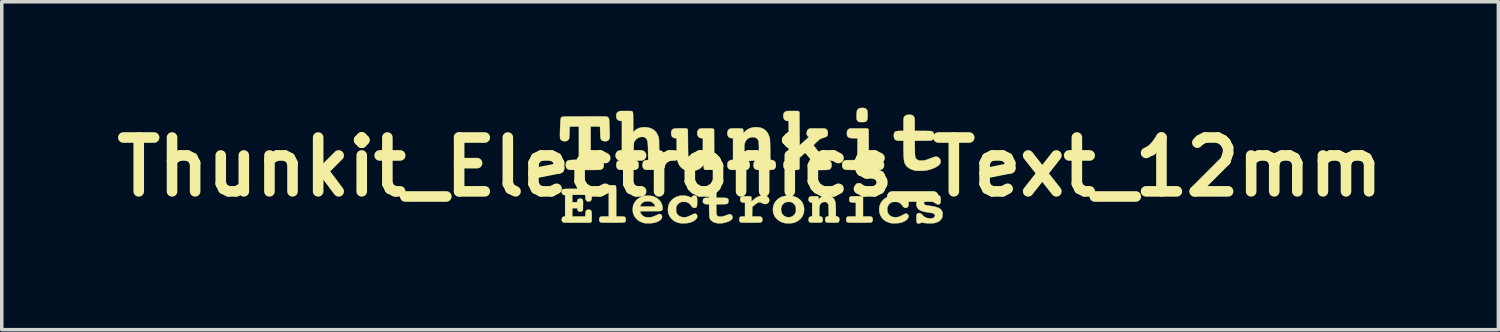
<source format=kicad_pcb>
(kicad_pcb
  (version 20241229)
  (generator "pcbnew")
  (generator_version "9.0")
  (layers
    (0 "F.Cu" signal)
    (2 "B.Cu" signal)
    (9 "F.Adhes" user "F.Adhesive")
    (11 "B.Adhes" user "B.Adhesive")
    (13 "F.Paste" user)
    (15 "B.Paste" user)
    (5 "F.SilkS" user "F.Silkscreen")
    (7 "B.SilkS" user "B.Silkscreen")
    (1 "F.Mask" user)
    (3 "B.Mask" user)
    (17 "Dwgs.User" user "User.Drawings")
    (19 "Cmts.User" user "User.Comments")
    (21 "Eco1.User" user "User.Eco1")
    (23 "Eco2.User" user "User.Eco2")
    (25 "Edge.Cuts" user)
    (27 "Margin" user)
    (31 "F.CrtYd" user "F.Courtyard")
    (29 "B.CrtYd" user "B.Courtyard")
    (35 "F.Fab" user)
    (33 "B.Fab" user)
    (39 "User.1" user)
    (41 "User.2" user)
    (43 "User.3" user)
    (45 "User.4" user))
  (footprint "Thunkit_Electronics_Text_12mm"
    (layer "F.Cu")
    (at 18.186 1.678)
    (property "Reference" "Thunkit_Electronics_Text_12mm" (at 0 0 0) (layer "F.SilkS") (effects (font (size 1.524 1.524) (thickness 0.3))))
    (attr through_hole)
    (fp_poly (pts (xy 3.091 0.464) (xy 3.117 0.465) (xy 3.134 0.469) (xy 3.147 0.475) (xy 3.157 0.484) (xy 3.164 0.491) (xy 3.169 0.499) (xy 3.172 0.508) (xy 3.174 0.523) (xy 3.175 0.544) (xy 3.175 0.575) (xy 3.175 0.593) (xy 3.175 0.629) (xy 3.174 0.655) (xy 3.173 0.672) (xy 3.17 0.683) (xy 3.166 0.691) (xy 3.161 0.698) (xy 3.16 0.698) (xy 3.152 0.705) (xy 3.141 0.71) (xy 3.125 0.713) (xy 3.1 0.715) (xy 3.084 0.715) (xy 3.055 0.716) (xy 3.036 0.716) (xy 3.024 0.714) (xy 3.015 0.709) (xy 3.006 0.701) (xy 3.003 0.699) (xy 2.988 0.675) (xy 2.979 0.642) (xy 2.978 0.599) (xy 2.98 0.569) (xy 2.986 0.528) (xy 2.996 0.498) (xy 3.012 0.479) (xy 3.034 0.467) (xy 3.065 0.463) (xy 3.091 0.464)) (stroke (width 0.01) (type solid)) (fill yes) (layer "F.SilkS"))
    (fp_poly (pts (xy 3.209 -1.672) (xy 3.252 -1.663) (xy 3.284 -1.647) (xy 3.307 -1.623) (xy 3.321 -1.589) (xy 3.322 -1.585) (xy 3.324 -1.566) (xy 3.326 -1.538) (xy 3.327 -1.503) (xy 3.328 -1.465) (xy 3.327 -1.427) (xy 3.326 -1.393) (xy 3.324 -1.365) (xy 3.321 -1.346) (xy 3.321 -1.345) (xy 3.306 -1.313) (xy 3.283 -1.29) (xy 3.25 -1.277) (xy 3.249 -1.277) (xy 3.218 -1.273) (xy 3.181 -1.271) (xy 3.142 -1.272) (xy 3.107 -1.274) (xy 3.089 -1.277) (xy 3.058 -1.291) (xy 3.035 -1.314) (xy 3.021 -1.344) (xy 3.018 -1.363) (xy 3.017 -1.393) (xy 3.016 -1.431) (xy 3.017 -1.472) (xy 3.018 -1.511) (xy 3.019 -1.541) (xy 3.021 -1.562) (xy 3.024 -1.578) (xy 3.029 -1.592) (xy 3.035 -1.605) (xy 3.035 -1.606) (xy 3.049 -1.627) (xy 3.065 -1.646) (xy 3.073 -1.652) (xy 3.1 -1.664) (xy 3.136 -1.671) (xy 3.179 -1.673) (xy 3.209 -1.672)) (stroke (width 0.01) (type solid)) (fill yes) (layer "F.SilkS"))
    (fp_poly (pts (xy 3.074 0.827) (xy 3.111 0.828) (xy 3.139 0.829) (xy 3.158 0.83) (xy 3.171 0.832) (xy 3.18 0.835) (xy 3.183 0.837) (xy 3.198 0.847) (xy 3.198 1.4) (xy 3.306 1.4) (xy 3.354 1.401) (xy 3.391 1.402) (xy 3.418 1.406) (xy 3.437 1.411) (xy 3.451 1.419) (xy 3.46 1.43) (xy 3.465 1.441) (xy 3.472 1.467) (xy 3.473 1.497) (xy 3.469 1.524) (xy 3.46 1.543) (xy 3.454 1.55) (xy 3.449 1.556) (xy 3.442 1.561) (xy 3.433 1.565) (xy 3.42 1.569) (xy 3.403 1.571) (xy 3.381 1.573) (xy 3.351 1.574) (xy 3.314 1.575) (xy 3.268 1.576) (xy 3.211 1.576) (xy 3.143 1.576) (xy 3.097 1.576) (xy 3.024 1.576) (xy 2.963 1.576) (xy 2.913 1.576) (xy 2.872 1.575) (xy 2.84 1.575) (xy 2.815 1.574) (xy 2.796 1.573) (xy 2.783 1.572) (xy 2.773 1.57) (xy 2.766 1.568) (xy 2.76 1.565) (xy 2.756 1.563) (xy 2.739 1.549) (xy 2.728 1.529) (xy 2.723 1.502) (xy 2.722 1.481) (xy 2.724 1.458) (xy 2.729 1.442) (xy 2.74 1.427) (xy 2.741 1.425) (xy 2.76 1.404) (xy 2.878 1.401) (xy 2.996 1.399) (xy 2.996 1.011) (xy 2.929 1.008) (xy 2.885 1.005) (xy 2.852 0.998) (xy 2.829 0.986) (xy 2.815 0.968) (xy 2.808 0.943) (xy 2.808 0.91) (xy 2.808 0.906) (xy 2.813 0.875) (xy 2.824 0.853) (xy 2.842 0.84) (xy 2.858 0.834) (xy 2.872 0.832) (xy 2.896 0.83) (xy 2.928 0.829) (xy 2.967 0.828) (xy 3.01 0.827) (xy 3.025 0.827) (xy 3.074 0.827)) (stroke (width 0.01) (type solid)) (fill yes) (layer "F.SilkS"))
    (fp_poly (pts (xy 3.357 -1.061) (xy 3.359 -0.629) (xy 3.361 -0.196) (xy 3.535 -0.194) (xy 3.587 -0.194) (xy 3.628 -0.193) (xy 3.659 -0.192) (xy 3.683 -0.191) (xy 3.7 -0.189) (xy 3.712 -0.187) (xy 3.722 -0.184) (xy 3.73 -0.18) (xy 3.736 -0.177) (xy 3.764 -0.154) (xy 3.783 -0.122) (xy 3.793 -0.084) (xy 3.794 -0.04) (xy 3.79 -0.016) (xy 3.777 0.022) (xy 3.755 0.051) (xy 3.724 0.07) (xy 3.711 0.075) (xy 3.697 0.077) (xy 3.672 0.079) (xy 3.636 0.08) (xy 3.592 0.082) (xy 3.539 0.083) (xy 3.48 0.084) (xy 3.416 0.084) (xy 3.348 0.085) (xy 3.277 0.085) (xy 3.204 0.085) (xy 3.132 0.085) (xy 3.061 0.085) (xy 2.992 0.084) (xy 2.927 0.084) (xy 2.867 0.083) (xy 2.814 0.081) (xy 2.768 0.08) (xy 2.731 0.079) (xy 2.705 0.077) (xy 2.69 0.075) (xy 2.689 0.074) (xy 2.656 0.058) (xy 2.63 0.032) (xy 2.614 -0.002) (xy 2.606 -0.042) (xy 2.608 -0.086) (xy 2.613 -0.109) (xy 2.627 -0.142) (xy 2.652 -0.168) (xy 2.684 -0.186) (xy 2.692 -0.188) (xy 2.709 -0.19) (xy 2.738 -0.193) (xy 2.777 -0.194) (xy 2.826 -0.195) (xy 2.882 -0.195) (xy 3.041 -0.195) (xy 3.041 -0.814) (xy 2.948 -0.814) (xy 2.896 -0.815) (xy 2.855 -0.818) (xy 2.823 -0.824) (xy 2.799 -0.833) (xy 2.78 -0.845) (xy 2.773 -0.851) (xy 2.758 -0.87) (xy 2.748 -0.892) (xy 2.743 -0.919) (xy 2.742 -0.955) (xy 2.742 -0.956) (xy 2.745 -0.999) (xy 2.754 -1.031) (xy 2.771 -1.056) (xy 2.796 -1.075) (xy 2.823 -1.091) (xy 3.328 -1.091) (xy 3.357 -1.061)) (stroke (width 0.01) (type solid)) (fill yes) (layer "F.SilkS"))
    (fp_poly (pts (xy 1.141 0.813) (xy 1.152 0.814) (xy 1.23 0.828) (xy 1.3 0.852) (xy 1.361 0.885) (xy 1.415 0.926) (xy 1.459 0.976) (xy 1.493 1.032) (xy 1.516 1.095) (xy 1.529 1.163) (xy 1.53 1.203) (xy 1.528 1.255) (xy 1.521 1.3) (xy 1.506 1.344) (xy 1.494 1.373) (xy 1.46 1.429) (xy 1.416 1.479) (xy 1.362 1.521) (xy 1.301 1.556) (xy 1.254 1.574) (xy 1.23 1.581) (xy 1.208 1.586) (xy 1.184 1.589) (xy 1.154 1.592) (xy 1.116 1.593) (xy 1.107 1.593) (xy 1.053 1.593) (xy 1.011 1.592) (xy 0.98 1.588) (xy 0.974 1.586) (xy 0.9 1.564) (xy 0.835 1.532) (xy 0.779 1.492) (xy 0.732 1.445) (xy 0.694 1.391) (xy 0.667 1.331) (xy 0.651 1.266) (xy 0.648 1.205) (xy 0.877 1.205) (xy 0.883 1.261) (xy 0.9 1.31) (xy 0.927 1.351) (xy 0.964 1.385) (xy 1.011 1.41) (xy 1.035 1.418) (xy 1.071 1.423) (xy 1.113 1.422) (xy 1.154 1.414) (xy 1.183 1.404) (xy 1.224 1.378) (xy 1.259 1.342) (xy 1.282 1.303) (xy 1.291 1.283) (xy 1.296 1.265) (xy 1.298 1.243) (xy 1.299 1.214) (xy 1.299 1.205) (xy 1.297 1.158) (xy 1.289 1.119) (xy 1.275 1.087) (xy 1.254 1.057) (xy 1.246 1.048) (xy 1.214 1.02) (xy 1.18 1.001) (xy 1.141 0.99) (xy 1.093 0.987) (xy 1.091 0.987) (xy 1.044 0.99) (xy 1.005 0.999) (xy 0.972 1.017) (xy 0.941 1.043) (xy 0.932 1.053) (xy 0.904 1.089) (xy 0.887 1.128) (xy 0.878 1.172) (xy 0.877 1.205) (xy 0.648 1.205) (xy 0.647 1.198) (xy 0.654 1.133) (xy 0.672 1.067) (xy 0.702 1.006) (xy 0.742 0.951) (xy 0.791 0.905) (xy 0.849 0.867) (xy 0.915 0.838) (xy 0.927 0.834) (xy 0.996 0.819) (xy 1.069 0.811) (xy 1.141 0.813)) (stroke (width 0.01) (type solid)) (fill yes) (layer "F.SilkS"))
    (fp_poly (pts (xy -3.99 0.515) (xy -3.945 0.516) (xy -3.9 0.516) (xy -3.868 0.517) (xy -3.844 0.518) (xy -3.828 0.52) (xy -3.817 0.522) (xy -3.81 0.526) (xy -3.806 0.53) (xy -3.803 0.533) (xy -3.8 0.537) (xy -3.798 0.541) (xy -3.796 0.548) (xy -3.795 0.557) (xy -3.794 0.571) (xy -3.793 0.589) (xy -3.792 0.613) (xy -3.791 0.644) (xy -3.791 0.683) (xy -3.791 0.73) (xy -3.791 0.788) (xy -3.79 0.855) (xy -3.79 0.935) (xy -3.79 0.974) (xy -3.79 1.4) (xy -3.681 1.4) (xy -3.634 1.401) (xy -3.598 1.402) (xy -3.571 1.406) (xy -3.552 1.412) (xy -3.539 1.42) (xy -3.53 1.433) (xy -3.524 1.449) (xy -3.523 1.449) (xy -3.519 1.476) (xy -3.52 1.507) (xy -3.526 1.534) (xy -3.53 1.544) (xy -3.535 1.551) (xy -3.54 1.557) (xy -3.547 1.562) (xy -3.557 1.566) (xy -3.572 1.569) (xy -3.592 1.571) (xy -3.618 1.573) (xy -3.652 1.574) (xy -3.694 1.575) (xy -3.746 1.576) (xy -3.808 1.576) (xy -3.883 1.576) (xy -3.896 1.576) (xy -3.971 1.576) (xy -4.034 1.575) (xy -4.086 1.575) (xy -4.128 1.574) (xy -4.161 1.574) (xy -4.187 1.573) (xy -4.206 1.571) (xy -4.22 1.57) (xy -4.229 1.568) (xy -4.232 1.566) (xy -4.252 1.551) (xy -4.265 1.528) (xy -4.272 1.5) (xy -4.271 1.471) (xy -4.263 1.444) (xy -4.249 1.421) (xy -4.234 1.41) (xy -4.224 1.406) (xy -4.208 1.404) (xy -4.187 1.402) (xy -4.156 1.401) (xy -4.115 1.4) (xy -4.107 1.4) (xy -3.999 1.4) (xy -3.999 0.697) (xy -4.061 0.697) (xy -4.106 0.695) (xy -4.14 0.688) (xy -4.164 0.676) (xy -4.179 0.657) (xy -4.186 0.631) (xy -4.186 0.597) (xy -4.184 0.574) (xy -4.179 0.558) (xy -4.169 0.546) (xy -4.163 0.54) (xy -4.153 0.532) (xy -4.14 0.526) (xy -4.124 0.521) (xy -4.102 0.518) (xy -4.074 0.516) (xy -4.037 0.515) (xy -3.99 0.515)) (stroke (width 0.01) (type solid)) (fill yes) (layer "F.SilkS"))
    (fp_poly (pts (xy -2.85 0.813) (xy -2.795 0.819) (xy -2.758 0.826) (xy -2.691 0.851) (xy -2.631 0.885) (xy -2.58 0.927) (xy -2.538 0.977) (xy -2.506 1.034) (xy -2.485 1.095) (xy -2.48 1.124) (xy -2.476 1.165) (xy -2.479 1.196) (xy -2.489 1.219) (xy -2.507 1.235) (xy -2.514 1.239) (xy -2.52 1.242) (xy -2.529 1.244) (xy -2.54 1.246) (xy -2.555 1.247) (xy -2.575 1.248) (xy -2.602 1.249) (xy -2.636 1.25) (xy -2.68 1.25) (xy -2.734 1.25) (xy -2.799 1.25) (xy -2.826 1.25) (xy -3.115 1.25) (xy -3.11 1.268) (xy -3.093 1.315) (xy -3.064 1.355) (xy -3.027 1.388) (xy -2.997 1.406) (xy -2.975 1.414) (xy -2.952 1.42) (xy -2.925 1.423) (xy -2.895 1.425) (xy -2.852 1.425) (xy -2.813 1.422) (xy -2.774 1.414) (xy -2.733 1.401) (xy -2.687 1.381) (xy -2.656 1.367) (xy -2.616 1.349) (xy -2.585 1.337) (xy -2.562 1.331) (xy -2.544 1.332) (xy -2.529 1.338) (xy -2.515 1.351) (xy -2.511 1.355) (xy -2.494 1.383) (xy -2.49 1.414) (xy -2.499 1.446) (xy -2.499 1.447) (xy -2.522 1.482) (xy -2.556 1.513) (xy -2.602 1.541) (xy -2.658 1.564) (xy -2.7 1.577) (xy -2.733 1.583) (xy -2.775 1.589) (xy -2.822 1.592) (xy -2.87 1.594) (xy -2.917 1.594) (xy -2.959 1.592) (xy -2.993 1.588) (xy -2.999 1.586) (xy -3.072 1.564) (xy -3.137 1.532) (xy -3.194 1.491) (xy -3.242 1.442) (xy -3.279 1.386) (xy -3.306 1.323) (xy -3.312 1.302) (xy -3.319 1.263) (xy -3.321 1.218) (xy -3.32 1.169) (xy -3.314 1.123) (xy -3.314 1.12) (xy -3.114 1.12) (xy -2.682 1.12) (xy -2.687 1.106) (xy -2.707 1.061) (xy -2.738 1.024) (xy -2.778 0.995) (xy -2.791 0.989) (xy -2.823 0.979) (xy -2.863 0.973) (xy -2.907 0.971) (xy -2.949 0.973) (xy -2.984 0.98) (xy -2.986 0.98) (xy -3.028 1) (xy -3.065 1.03) (xy -3.093 1.068) (xy -3.109 1.106) (xy -3.114 1.12) (xy -3.314 1.12) (xy -3.306 1.082) (xy -3.302 1.07) (xy -3.272 1.008) (xy -3.231 0.953) (xy -3.181 0.905) (xy -3.122 0.867) (xy -3.054 0.837) (xy -3.017 0.826) (xy -2.966 0.817) (xy -2.909 0.812) (xy -2.85 0.813)) (stroke (width 0.01) (type solid)) (fill yes) (layer "F.SilkS"))
    (fp_poly (pts (xy 4.426 0.811) (xy 4.451 0.822) (xy 4.455 0.826) (xy 4.467 0.841) (xy 4.476 0.861) (xy 4.482 0.889) (xy 4.486 0.925) (xy 4.487 0.972) (xy 4.486 1.014) (xy 4.485 1.057) (xy 4.482 1.09) (xy 4.476 1.113) (xy 4.468 1.129) (xy 4.456 1.14) (xy 4.439 1.148) (xy 4.43 1.152) (xy 4.397 1.157) (xy 4.367 1.15) (xy 4.34 1.13) (xy 4.325 1.11) (xy 4.29 1.067) (xy 4.255 1.033) (xy 4.221 1.008) (xy 4.2 0.999) (xy 4.167 0.991) (xy 4.128 0.987) (xy 4.087 0.986) (xy 4.049 0.99) (xy 4.017 0.997) (xy 4.005 1.002) (xy 3.964 1.026) (xy 3.933 1.056) (xy 3.909 1.095) (xy 3.906 1.099) (xy 3.895 1.123) (xy 3.889 1.142) (xy 3.886 1.163) (xy 3.885 1.19) (xy 3.885 1.198) (xy 3.888 1.249) (xy 3.899 1.291) (xy 3.917 1.328) (xy 3.935 1.351) (xy 3.972 1.384) (xy 4.017 1.407) (xy 4.068 1.421) (xy 4.124 1.424) (xy 4.183 1.417) (xy 4.224 1.406) (xy 4.246 1.397) (xy 4.275 1.383) (xy 4.307 1.367) (xy 4.326 1.357) (xy 4.364 1.336) (xy 4.394 1.324) (xy 4.418 1.32) (xy 4.438 1.323) (xy 4.455 1.333) (xy 4.462 1.339) (xy 4.48 1.364) (xy 4.488 1.393) (xy 4.483 1.424) (xy 4.468 1.455) (xy 4.443 1.485) (xy 4.408 1.514) (xy 4.372 1.536) (xy 4.329 1.556) (xy 4.287 1.572) (xy 4.243 1.582) (xy 4.194 1.589) (xy 4.137 1.592) (xy 4.116 1.593) (xy 4.073 1.594) (xy 4.041 1.593) (xy 4.015 1.592) (xy 3.992 1.589) (xy 3.97 1.584) (xy 3.966 1.583) (xy 3.893 1.559) (xy 3.828 1.526) (xy 3.774 1.484) (xy 3.729 1.433) (xy 3.696 1.378) (xy 3.67 1.312) (xy 3.657 1.243) (xy 3.656 1.173) (xy 3.668 1.104) (xy 3.693 1.035) (xy 3.7 1.022) (xy 3.725 0.982) (xy 3.759 0.942) (xy 3.798 0.905) (xy 3.84 0.874) (xy 3.869 0.858) (xy 3.941 0.83) (xy 4.016 0.814) (xy 4.091 0.809) (xy 4.166 0.816) (xy 4.239 0.835) (xy 4.261 0.843) (xy 4.288 0.855) (xy 4.306 0.861) (xy 4.317 0.864) (xy 4.323 0.861) (xy 4.327 0.855) (xy 4.33 0.85) (xy 4.346 0.829) (xy 4.37 0.815) (xy 4.398 0.808) (xy 4.426 0.811)) (stroke (width 0.01) (type solid)) (fill yes) (layer "F.SilkS"))
    (fp_poly (pts (xy 0.387 0.809) (xy 0.419 0.812) (xy 0.443 0.817) (xy 0.465 0.825) (xy 0.474 0.83) (xy 0.506 0.854) (xy 0.528 0.881) (xy 0.54 0.912) (xy 0.543 0.944) (xy 0.537 0.974) (xy 0.523 1.002) (xy 0.502 1.024) (xy 0.474 1.04) (xy 0.439 1.048) (xy 0.41 1.047) (xy 0.392 1.042) (xy 0.367 1.033) (xy 0.341 1.022) (xy 0.337 1.02) (xy 0.312 1.009) (xy 0.289 1) (xy 0.272 0.997) (xy 0.27 0.996) (xy 0.245 1.001) (xy 0.214 1.015) (xy 0.178 1.036) (xy 0.139 1.065) (xy 0.117 1.083) (xy 0.062 1.131) (xy 0.06 1.265) (xy 0.058 1.4) (xy 0.174 1.4) (xy 0.218 1.4) (xy 0.25 1.401) (xy 0.274 1.402) (xy 0.291 1.405) (xy 0.304 1.408) (xy 0.313 1.412) (xy 0.333 1.428) (xy 0.345 1.452) (xy 0.35 1.48) (xy 0.349 1.509) (xy 0.34 1.535) (xy 0.325 1.557) (xy 0.305 1.569) (xy 0.292 1.571) (xy 0.267 1.573) (xy 0.229 1.574) (xy 0.179 1.575) (xy 0.118 1.576) (xy 0.045 1.576) (xy 0.017 1.576) (xy -0.049 1.576) (xy -0.104 1.576) (xy -0.148 1.576) (xy -0.183 1.575) (xy -0.21 1.574) (xy -0.23 1.573) (xy -0.245 1.572) (xy -0.255 1.57) (xy -0.263 1.568) (xy -0.269 1.565) (xy -0.271 1.563) (xy -0.289 1.55) (xy -0.3 1.534) (xy -0.305 1.512) (xy -0.306 1.485) (xy -0.305 1.462) (xy -0.302 1.446) (xy -0.293 1.432) (xy -0.287 1.425) (xy -0.278 1.415) (xy -0.269 1.409) (xy -0.257 1.405) (xy -0.24 1.403) (xy -0.213 1.402) (xy -0.206 1.401) (xy -0.143 1.399) (xy -0.143 1.009) (xy -0.171 1.009) (xy -0.212 1.005) (xy -0.244 0.994) (xy -0.265 0.974) (xy -0.277 0.945) (xy -0.278 0.932) (xy -0.278 0.895) (xy -0.269 0.866) (xy -0.251 0.845) (xy -0.245 0.842) (xy -0.235 0.837) (xy -0.222 0.834) (xy -0.203 0.832) (xy -0.176 0.83) (xy -0.14 0.829) (xy -0.109 0.828) (xy -0.061 0.827) (xy -0.025 0.827) (xy 0.001 0.829) (xy 0.019 0.834) (xy 0.03 0.842) (xy 0.036 0.855) (xy 0.039 0.873) (xy 0.039 0.898) (xy 0.039 0.912) (xy 0.039 0.977) (xy 0.099 0.925) (xy 0.157 0.879) (xy 0.212 0.846) (xy 0.267 0.823) (xy 0.322 0.811) (xy 0.381 0.809) (xy 0.387 0.809)) (stroke (width 0.01) (type solid)) (fill yes) (layer "F.SilkS"))
    (fp_poly (pts (xy -4.484 0.65) (xy -4.482 0.766) (xy -4.482 0.82) (xy -4.483 0.862) (xy -4.485 0.895) (xy -4.49 0.919) (xy -4.497 0.938) (xy -4.506 0.951) (xy -4.519 0.962) (xy -4.519 0.962) (xy -4.546 0.974) (xy -4.576 0.977) (xy -4.605 0.971) (xy -4.63 0.958) (xy -4.647 0.938) (xy -4.653 0.92) (xy -4.658 0.892) (xy -4.661 0.856) (xy -4.661 0.853) (xy -4.665 0.788) (xy -5.034 0.788) (xy -5.034 0.996) (xy -4.899 0.996) (xy -4.894 0.969) (xy -4.888 0.942) (xy -4.879 0.924) (xy -4.865 0.91) (xy -4.857 0.905) (xy -4.829 0.895) (xy -4.799 0.894) (xy -4.771 0.901) (xy -4.749 0.917) (xy -4.738 0.931) (xy -4.735 0.94) (xy -4.732 0.951) (xy -4.73 0.968) (xy -4.729 0.99) (xy -4.729 1.021) (xy -4.729 1.062) (xy -4.73 1.089) (xy -4.732 1.226) (xy -4.753 1.244) (xy -4.768 1.256) (xy -4.783 1.262) (xy -4.804 1.263) (xy -4.81 1.263) (xy -4.833 1.263) (xy -4.848 1.258) (xy -4.861 1.249) (xy -4.869 1.241) (xy -4.884 1.224) (xy -4.89 1.208) (xy -4.891 1.192) (xy -4.891 1.166) (xy -5.034 1.166) (xy -5.034 1.4) (xy -4.665 1.4) (xy -4.661 1.332) (xy -4.658 1.291) (xy -4.652 1.261) (xy -4.644 1.239) (xy -4.631 1.224) (xy -4.614 1.214) (xy -4.612 1.213) (xy -4.583 1.207) (xy -4.552 1.208) (xy -4.524 1.217) (xy -4.514 1.223) (xy -4.503 1.233) (xy -4.495 1.248) (xy -4.489 1.268) (xy -4.485 1.295) (xy -4.483 1.331) (xy -4.482 1.377) (xy -4.482 1.422) (xy -4.484 1.545) (xy -4.521 1.576) (xy -4.896 1.576) (xy -4.977 1.576) (xy -5.046 1.576) (xy -5.104 1.576) (xy -5.152 1.575) (xy -5.191 1.575) (xy -5.222 1.574) (xy -5.245 1.573) (xy -5.263 1.572) (xy -5.276 1.57) (xy -5.285 1.568) (xy -5.291 1.566) (xy -5.291 1.566) (xy -5.312 1.552) (xy -5.325 1.532) (xy -5.331 1.507) (xy -5.331 1.474) (xy -5.322 1.445) (xy -5.305 1.421) (xy -5.283 1.405) (xy -5.259 1.4) (xy -5.236 1.4) (xy -5.236 0.795) (xy -5.256 0.795) (xy -5.284 0.789) (xy -5.306 0.773) (xy -5.322 0.75) (xy -5.331 0.722) (xy -5.333 0.692) (xy -5.325 0.662) (xy -5.317 0.649) (xy -5.313 0.642) (xy -5.309 0.637) (xy -5.302 0.633) (xy -5.294 0.629) (xy -5.282 0.626) (xy -5.265 0.624) (xy -5.243 0.622) (xy -5.214 0.621) (xy -5.178 0.62) (xy -5.133 0.619) (xy -5.079 0.619) (xy -5.014 0.619) (xy -4.938 0.619) (xy -4.898 0.619) (xy -4.521 0.619) (xy -4.484 0.65)) (stroke (width 0.01) (type solid)) (fill yes) (layer "F.SilkS"))
    (fp_poly (pts (xy -1.038 0.586) (xy -1.011 0.59) (xy -0.998 0.595) (xy -0.984 0.604) (xy -0.974 0.617) (xy -0.967 0.635) (xy -0.962 0.66) (xy -0.959 0.694) (xy -0.958 0.739) (xy -0.957 0.765) (xy -0.957 0.873) (xy -0.817 0.873) (xy -0.764 0.873) (xy -0.723 0.874) (xy -0.691 0.876) (xy -0.667 0.879) (xy -0.65 0.884) (xy -0.637 0.891) (xy -0.628 0.9) (xy -0.622 0.907) (xy -0.615 0.927) (xy -0.611 0.955) (xy -0.612 0.983) (xy -0.618 1.008) (xy -0.619 1.009) (xy -0.625 1.022) (xy -0.632 1.032) (xy -0.644 1.039) (xy -0.659 1.045) (xy -0.682 1.049) (xy -0.712 1.051) (xy -0.752 1.053) (xy -0.803 1.054) (xy -0.813 1.054) (xy -0.958 1.056) (xy -0.956 1.197) (xy -0.955 1.249) (xy -0.954 1.29) (xy -0.951 1.321) (xy -0.947 1.345) (xy -0.942 1.362) (xy -0.934 1.374) (xy -0.924 1.384) (xy -0.911 1.393) (xy -0.91 1.394) (xy -0.883 1.404) (xy -0.848 1.408) (xy -0.807 1.405) (xy -0.763 1.397) (xy -0.729 1.387) (xy -0.683 1.37) (xy -0.647 1.357) (xy -0.62 1.347) (xy -0.6 1.341) (xy -0.586 1.338) (xy -0.576 1.336) (xy -0.569 1.337) (xy -0.561 1.339) (xy -0.553 1.341) (xy -0.552 1.342) (xy -0.524 1.358) (xy -0.506 1.381) (xy -0.496 1.41) (xy -0.497 1.44) (xy -0.508 1.469) (xy -0.53 1.494) (xy -0.563 1.518) (xy -0.605 1.54) (xy -0.654 1.559) (xy -0.708 1.575) (xy -0.764 1.587) (xy -0.821 1.593) (xy -0.866 1.595) (xy -0.89 1.594) (xy -0.911 1.593) (xy -0.922 1.592) (xy -0.959 1.584) (xy -0.987 1.577) (xy -1.008 1.571) (xy -1.027 1.564) (xy -1.043 1.556) (xy -1.068 1.54) (xy -1.094 1.519) (xy -1.106 1.507) (xy -1.12 1.491) (xy -1.13 1.476) (xy -1.138 1.459) (xy -1.145 1.44) (xy -1.149 1.416) (xy -1.153 1.386) (xy -1.155 1.348) (xy -1.156 1.3) (xy -1.158 1.242) (xy -1.158 1.233) (xy -1.16 1.055) (xy -1.204 1.055) (xy -1.245 1.053) (xy -1.277 1.047) (xy -1.3 1.037) (xy -1.318 1.022) (xy -1.328 1.01) (xy -1.333 0.998) (xy -1.335 0.983) (xy -1.334 0.96) (xy -1.334 0.957) (xy -1.33 0.927) (xy -1.322 0.904) (xy -1.307 0.889) (xy -1.284 0.879) (xy -1.251 0.874) (xy -1.21 0.873) (xy -1.159 0.873) (xy -1.159 0.754) (xy -1.159 0.708) (xy -1.158 0.673) (xy -1.156 0.647) (xy -1.152 0.629) (xy -1.147 0.616) (xy -1.138 0.607) (xy -1.127 0.599) (xy -1.119 0.595) (xy -1.098 0.589) (xy -1.069 0.586) (xy -1.038 0.586)) (stroke (width 0.01) (type solid)) (fill yes) (layer "F.SilkS"))
    (fp_poly (pts (xy -1.553 0.81) (xy -1.534 0.817) (xy -1.531 0.818) (xy -1.52 0.828) (xy -1.512 0.84) (xy -1.506 0.857) (xy -1.502 0.88) (xy -1.499 0.911) (xy -1.498 0.952) (xy -1.498 0.985) (xy -1.498 1.034) (xy -1.5 1.071) (xy -1.503 1.099) (xy -1.508 1.12) (xy -1.516 1.134) (xy -1.528 1.143) (xy -1.542 1.15) (xy -1.547 1.152) (xy -1.577 1.157) (xy -1.604 1.154) (xy -1.629 1.139) (xy -1.655 1.113) (xy -1.674 1.087) (xy -1.701 1.053) (xy -1.73 1.027) (xy -1.766 1.006) (xy -1.775 1.002) (xy -1.793 0.995) (xy -1.812 0.99) (xy -1.836 0.988) (xy -1.867 0.987) (xy -1.876 0.987) (xy -1.908 0.987) (xy -1.931 0.989) (xy -1.948 0.992) (xy -1.964 0.997) (xy -1.981 1.005) (xy -2.023 1.032) (xy -2.058 1.069) (xy -2.08 1.106) (xy -2.087 1.123) (xy -2.091 1.142) (xy -2.093 1.165) (xy -2.094 1.196) (xy -2.094 1.205) (xy -2.093 1.238) (xy -2.092 1.261) (xy -2.088 1.279) (xy -2.083 1.295) (xy -2.078 1.306) (xy -2.05 1.349) (xy -2.013 1.382) (xy -1.968 1.406) (xy -1.913 1.421) (xy -1.906 1.422) (xy -1.866 1.425) (xy -1.827 1.422) (xy -1.786 1.413) (xy -1.74 1.397) (xy -1.688 1.373) (xy -1.67 1.364) (xy -1.629 1.344) (xy -1.598 1.331) (xy -1.574 1.323) (xy -1.556 1.321) (xy -1.54 1.325) (xy -1.526 1.333) (xy -1.524 1.334) (xy -1.511 1.348) (xy -1.5 1.368) (xy -1.498 1.373) (xy -1.494 1.404) (xy -1.501 1.436) (xy -1.52 1.468) (xy -1.55 1.497) (xy -1.59 1.525) (xy -1.639 1.55) (xy -1.696 1.571) (xy -1.703 1.573) (xy -1.729 1.58) (xy -1.753 1.585) (xy -1.778 1.589) (xy -1.808 1.591) (xy -1.846 1.593) (xy -1.863 1.593) (xy -1.914 1.594) (xy -1.955 1.592) (xy -1.986 1.589) (xy -2.003 1.586) (xy -2.074 1.565) (xy -2.136 1.535) (xy -2.19 1.497) (xy -2.229 1.46) (xy -2.261 1.419) (xy -2.289 1.371) (xy -2.309 1.322) (xy -2.318 1.291) (xy -2.323 1.251) (xy -2.325 1.205) (xy -2.322 1.157) (xy -2.317 1.115) (xy -2.315 1.108) (xy -2.294 1.047) (xy -2.262 0.989) (xy -2.22 0.938) (xy -2.17 0.894) (xy -2.115 0.86) (xy -2.067 0.838) (xy -2.022 0.824) (xy -1.977 0.815) (xy -1.927 0.811) (xy -1.902 0.811) (xy -1.852 0.812) (xy -1.81 0.817) (xy -1.771 0.826) (xy -1.729 0.84) (xy -1.707 0.849) (xy -1.682 0.858) (xy -1.666 0.863) (xy -1.658 0.863) (xy -1.655 0.859) (xy -1.649 0.849) (xy -1.637 0.835) (xy -1.631 0.829) (xy -1.615 0.815) (xy -1.6 0.809) (xy -1.579 0.808) (xy -1.578 0.808) (xy -1.553 0.81)) (stroke (width 0.01) (type solid)) (fill yes) (layer "F.SilkS"))
    (fp_poly (pts (xy 2.192 0.81) (xy 2.246 0.817) (xy 2.292 0.832) (xy 2.33 0.855) (xy 2.362 0.887) (xy 2.369 0.896) (xy 2.385 0.919) (xy 2.398 0.945) (xy 2.409 0.974) (xy 2.417 1.008) (xy 2.422 1.049) (xy 2.426 1.098) (xy 2.428 1.157) (xy 2.429 1.227) (xy 2.429 1.239) (xy 2.429 1.394) (xy 2.457 1.398) (xy 2.487 1.409) (xy 2.506 1.423) (xy 2.517 1.436) (xy 2.524 1.448) (xy 2.526 1.463) (xy 2.527 1.487) (xy 2.527 1.487) (xy 2.526 1.512) (xy 2.523 1.528) (xy 2.517 1.541) (xy 2.508 1.552) (xy 2.489 1.573) (xy 2.339 1.575) (xy 2.289 1.575) (xy 2.25 1.575) (xy 2.221 1.575) (xy 2.2 1.574) (xy 2.185 1.572) (xy 2.174 1.569) (xy 2.167 1.566) (xy 2.145 1.551) (xy 2.132 1.528) (xy 2.127 1.496) (xy 2.126 1.488) (xy 2.13 1.453) (xy 2.142 1.428) (xy 2.163 1.41) (xy 2.195 1.399) (xy 2.204 1.397) (xy 2.229 1.393) (xy 2.226 1.235) (xy 2.226 1.186) (xy 2.225 1.148) (xy 2.224 1.119) (xy 2.222 1.097) (xy 2.22 1.081) (xy 2.218 1.069) (xy 2.214 1.058) (xy 2.209 1.048) (xy 2.208 1.045) (xy 2.189 1.017) (xy 2.166 0.999) (xy 2.136 0.99) (xy 2.111 0.989) (xy 2.068 0.994) (xy 2.031 1.011) (xy 2.001 1.038) (xy 1.988 1.054) (xy 1.978 1.072) (xy 1.971 1.093) (xy 1.966 1.119) (xy 1.963 1.152) (xy 1.961 1.194) (xy 1.96 1.246) (xy 1.96 1.261) (xy 1.96 1.394) (xy 1.988 1.398) (xy 2.019 1.409) (xy 2.037 1.423) (xy 2.048 1.436) (xy 2.055 1.448) (xy 2.057 1.463) (xy 2.058 1.487) (xy 2.058 1.487) (xy 2.057 1.512) (xy 2.054 1.528) (xy 2.048 1.541) (xy 2.039 1.552) (xy 2.02 1.573) (xy 1.868 1.574) (xy 1.816 1.575) (xy 1.776 1.575) (xy 1.745 1.574) (xy 1.723 1.572) (xy 1.707 1.57) (xy 1.697 1.567) (xy 1.695 1.567) (xy 1.677 1.555) (xy 1.665 1.538) (xy 1.658 1.513) (xy 1.657 1.507) (xy 1.656 1.469) (xy 1.666 1.439) (xy 1.686 1.416) (xy 1.717 1.401) (xy 1.733 1.398) (xy 1.758 1.394) (xy 1.758 1.011) (xy 1.732 1.008) (xy 1.699 0.998) (xy 1.676 0.98) (xy 1.663 0.959) (xy 1.656 0.93) (xy 1.657 0.898) (xy 1.666 0.87) (xy 1.672 0.861) (xy 1.683 0.849) (xy 1.698 0.84) (xy 1.719 0.834) (xy 1.746 0.83) (xy 1.784 0.828) (xy 1.821 0.827) (xy 1.863 0.828) (xy 1.894 0.829) (xy 1.915 0.833) (xy 1.929 0.839) (xy 1.937 0.849) (xy 1.94 0.864) (xy 1.941 0.884) (xy 1.941 0.921) (xy 1.969 0.891) (xy 2.014 0.853) (xy 2.065 0.827) (xy 2.121 0.812) (xy 2.183 0.809) (xy 2.192 0.81)) (stroke (width 0.01) (type solid)) (fill yes) (layer "F.SilkS"))
    (fp_poly (pts (xy 5.351 0.808) (xy 5.368 0.816) (xy 5.38 0.829) (xy 5.389 0.848) (xy 5.393 0.876) (xy 5.395 0.914) (xy 5.396 0.928) (xy 5.395 0.968) (xy 5.393 0.997) (xy 5.39 1.018) (xy 5.383 1.032) (xy 5.374 1.042) (xy 5.365 1.049) (xy 5.345 1.058) (xy 5.326 1.061) (xy 5.305 1.058) (xy 5.28 1.047) (xy 5.248 1.028) (xy 5.225 1.012) (xy 5.171 0.978) (xy 5.121 0.957) (xy 5.072 0.946) (xy 5.022 0.947) (xy 4.999 0.951) (xy 4.964 0.962) (xy 4.94 0.978) (xy 4.928 1) (xy 4.925 1.027) (xy 4.927 1.043) (xy 4.932 1.055) (xy 4.941 1.065) (xy 4.956 1.073) (xy 4.979 1.08) (xy 5.01 1.087) (xy 5.052 1.094) (xy 5.081 1.098) (xy 5.157 1.11) (xy 5.222 1.122) (xy 5.276 1.136) (xy 5.32 1.151) (xy 5.357 1.168) (xy 5.386 1.188) (xy 5.409 1.211) (xy 5.427 1.237) (xy 5.437 1.256) (xy 5.444 1.274) (xy 5.449 1.29) (xy 5.451 1.308) (xy 5.451 1.333) (xy 5.45 1.354) (xy 5.448 1.387) (xy 5.444 1.411) (xy 5.439 1.431) (xy 5.43 1.449) (xy 5.4 1.494) (xy 5.36 1.531) (xy 5.31 1.559) (xy 5.25 1.58) (xy 5.224 1.586) (xy 5.189 1.591) (xy 5.146 1.594) (xy 5.096 1.595) (xy 5.045 1.594) (xy 4.995 1.591) (xy 4.951 1.587) (xy 4.915 1.581) (xy 4.911 1.58) (xy 4.888 1.574) (xy 4.872 1.572) (xy 4.859 1.575) (xy 4.841 1.581) (xy 4.832 1.586) (xy 4.798 1.598) (xy 4.771 1.601) (xy 4.747 1.596) (xy 4.74 1.592) (xy 4.726 1.582) (xy 4.718 1.571) (xy 4.716 1.561) (xy 4.714 1.54) (xy 4.712 1.512) (xy 4.71 1.479) (xy 4.71 1.475) (xy 4.71 1.423) (xy 4.712 1.383) (xy 4.718 1.352) (xy 4.728 1.33) (xy 4.743 1.316) (xy 4.762 1.307) (xy 4.771 1.305) (xy 4.804 1.304) (xy 4.833 1.315) (xy 4.86 1.337) (xy 4.872 1.351) (xy 4.909 1.391) (xy 4.953 1.422) (xy 5.006 1.443) (xy 5.069 1.455) (xy 5.083 1.457) (xy 5.129 1.457) (xy 5.168 1.45) (xy 5.2 1.436) (xy 5.222 1.416) (xy 5.234 1.391) (xy 5.236 1.375) (xy 5.23 1.348) (xy 5.213 1.327) (xy 5.185 1.312) (xy 5.18 1.31) (xy 5.165 1.307) (xy 5.14 1.302) (xy 5.108 1.296) (xy 5.071 1.29) (xy 5.041 1.286) (xy 4.967 1.273) (xy 4.906 1.26) (xy 4.855 1.244) (xy 4.814 1.226) (xy 4.781 1.204) (xy 4.755 1.18) (xy 4.741 1.161) (xy 4.723 1.128) (xy 4.713 1.096) (xy 4.709 1.059) (xy 4.709 1.044) (xy 4.714 0.99) (xy 4.731 0.942) (xy 4.759 0.902) (xy 4.797 0.868) (xy 4.846 0.841) (xy 4.904 0.822) (xy 4.964 0.812) (xy 5.028 0.809) (xy 5.098 0.813) (xy 5.168 0.822) (xy 5.206 0.831) (xy 5.23 0.837) (xy 5.244 0.839) (xy 5.253 0.837) (xy 5.261 0.832) (xy 5.265 0.828) (xy 5.291 0.811) (xy 5.321 0.804) (xy 5.351 0.808)) (stroke (width 0.01) (type solid)) (fill yes) (layer "F.SilkS"))
    (fp_poly (pts (xy 4.516 -1.48) (xy 4.561 -1.476) (xy 4.597 -1.465) (xy 4.624 -1.445) (xy 4.644 -1.419) (xy 4.648 -1.411) (xy 4.652 -1.402) (xy 4.655 -1.392) (xy 4.657 -1.38) (xy 4.659 -1.362) (xy 4.66 -1.339) (xy 4.661 -1.307) (xy 4.661 -1.266) (xy 4.662 -1.213) (xy 4.662 -1.207) (xy 4.664 -1.023) (xy 4.896 -1.021) (xy 4.958 -1.021) (xy 5.008 -1.02) (xy 5.047 -1.019) (xy 5.078 -1.019) (xy 5.101 -1.017) (xy 5.119 -1.016) (xy 5.132 -1.014) (xy 5.141 -1.012) (xy 5.149 -1.009) (xy 5.155 -1.006) (xy 5.181 -0.985) (xy 5.2 -0.955) (xy 5.212 -0.918) (xy 5.215 -0.877) (xy 5.21 -0.842) (xy 5.199 -0.808) (xy 5.18 -0.782) (xy 5.152 -0.762) (xy 5.149 -0.76) (xy 5.142 -0.756) (xy 5.134 -0.753) (xy 5.124 -0.751) (xy 5.112 -0.749) (xy 5.094 -0.747) (xy 5.071 -0.746) (xy 5.041 -0.745) (xy 5.001 -0.745) (xy 4.952 -0.744) (xy 4.892 -0.744) (xy 4.662 -0.742) (xy 4.665 -0.529) (xy 4.666 -0.465) (xy 4.667 -0.413) (xy 4.668 -0.37) (xy 4.67 -0.336) (xy 4.673 -0.31) (xy 4.677 -0.289) (xy 4.682 -0.272) (xy 4.688 -0.257) (xy 4.696 -0.244) (xy 4.703 -0.234) (xy 4.718 -0.219) (xy 4.74 -0.203) (xy 4.753 -0.197) (xy 4.772 -0.189) (xy 4.791 -0.184) (xy 4.814 -0.182) (xy 4.844 -0.181) (xy 4.851 -0.181) (xy 4.886 -0.182) (xy 4.919 -0.185) (xy 4.953 -0.191) (xy 4.989 -0.201) (xy 5.03 -0.215) (xy 5.08 -0.234) (xy 5.109 -0.246) (xy 5.16 -0.266) (xy 5.201 -0.28) (xy 5.235 -0.288) (xy 5.263 -0.292) (xy 5.286 -0.291) (xy 5.304 -0.287) (xy 5.338 -0.269) (xy 5.365 -0.243) (xy 5.385 -0.211) (xy 5.395 -0.175) (xy 5.396 -0.138) (xy 5.389 -0.112) (xy 5.37 -0.079) (xy 5.339 -0.047) (xy 5.297 -0.016) (xy 5.246 0.013) (xy 5.187 0.04) (xy 5.122 0.064) (xy 5.05 0.084) (xy 5.018 0.091) (xy 4.983 0.097) (xy 4.94 0.102) (xy 4.891 0.105) (xy 4.841 0.108) (xy 4.792 0.109) (xy 4.748 0.108) (xy 4.713 0.106) (xy 4.701 0.104) (xy 4.621 0.087) (xy 4.553 0.063) (xy 4.494 0.031) (xy 4.446 -0.009) (xy 4.407 -0.056) (xy 4.378 -0.111) (xy 4.367 -0.143) (xy 4.362 -0.169) (xy 4.357 -0.206) (xy 4.353 -0.255) (xy 4.349 -0.314) (xy 4.347 -0.382) (xy 4.345 -0.459) (xy 4.344 -0.543) (xy 4.344 -0.572) (xy 4.344 -0.742) (xy 4.268 -0.743) (xy 4.215 -0.744) (xy 4.173 -0.748) (xy 4.14 -0.756) (xy 4.116 -0.768) (xy 4.098 -0.785) (xy 4.084 -0.808) (xy 4.083 -0.81) (xy 4.074 -0.842) (xy 4.07 -0.879) (xy 4.072 -0.918) (xy 4.08 -0.952) (xy 4.085 -0.964) (xy 4.097 -0.983) (xy 4.11 -0.997) (xy 4.127 -1.007) (xy 4.151 -1.014) (xy 4.182 -1.018) (xy 4.224 -1.021) (xy 4.248 -1.021) (xy 4.344 -1.023) (xy 4.344 -1.194) (xy 4.344 -1.241) (xy 4.345 -1.286) (xy 4.346 -1.325) (xy 4.347 -1.357) (xy 4.349 -1.38) (xy 4.35 -1.39) (xy 4.362 -1.417) (xy 4.383 -1.442) (xy 4.411 -1.462) (xy 4.436 -1.473) (xy 4.457 -1.476) (xy 4.485 -1.479) (xy 4.514 -1.48) (xy 4.516 -1.48)) (stroke (width 0.01) (type solid)) (fill yes) (layer "F.SilkS"))
    (fp_poly (pts (xy -1.912 -1.094) (xy -1.873 -1.094) (xy -1.844 -1.093) (xy -1.822 -1.093) (xy -1.807 -1.091) (xy -1.797 -1.089) (xy -1.79 -1.086) (xy -1.784 -1.082) (xy -1.78 -1.078) (xy -1.762 -1.063) (xy -1.758 -0.689) (xy -1.758 -0.61) (xy -1.757 -0.543) (xy -1.756 -0.486) (xy -1.756 -0.44) (xy -1.755 -0.402) (xy -1.754 -0.371) (xy -1.753 -0.347) (xy -1.752 -0.328) (xy -1.75 -0.314) (xy -1.748 -0.302) (xy -1.746 -0.293) (xy -1.743 -0.285) (xy -1.741 -0.278) (xy -1.721 -0.236) (xy -1.697 -0.204) (xy -1.668 -0.183) (xy -1.631 -0.171) (xy -1.585 -0.166) (xy -1.573 -0.166) (xy -1.542 -0.167) (xy -1.519 -0.17) (xy -1.5 -0.175) (xy -1.48 -0.183) (xy -1.478 -0.184) (xy -1.434 -0.213) (xy -1.397 -0.251) (xy -1.368 -0.298) (xy -1.348 -0.351) (xy -1.342 -0.375) (xy -1.34 -0.392) (xy -1.339 -0.42) (xy -1.337 -0.458) (xy -1.336 -0.504) (xy -1.335 -0.555) (xy -1.335 -0.611) (xy -1.335 -0.814) (xy -1.36 -0.814) (xy -1.403 -0.82) (xy -1.44 -0.836) (xy -1.456 -0.848) (xy -1.477 -0.875) (xy -1.491 -0.909) (xy -1.497 -0.947) (xy -1.495 -0.986) (xy -1.485 -1.022) (xy -1.467 -1.053) (xy -1.461 -1.059) (xy -1.45 -1.069) (xy -1.436 -1.077) (xy -1.42 -1.084) (xy -1.399 -1.088) (xy -1.372 -1.091) (xy -1.337 -1.093) (xy -1.293 -1.094) (xy -1.238 -1.093) (xy -1.21 -1.093) (xy -1.16 -1.092) (xy -1.121 -1.092) (xy -1.093 -1.091) (xy -1.072 -1.09) (xy -1.057 -1.088) (xy -1.048 -1.085) (xy -1.041 -1.082) (xy -1.036 -1.078) (xy -1.034 -1.076) (xy -1.019 -1.061) (xy -1.016 -0.197) (xy -0.977 -0.194) (xy -0.937 -0.187) (xy -0.906 -0.171) (xy -0.883 -0.145) (xy -0.869 -0.111) (xy -0.863 -0.066) (xy -0.863 -0.052) (xy -0.866 -0.011) (xy -0.874 0.02) (xy -0.89 0.044) (xy -0.913 0.063) (xy -0.921 0.067) (xy -0.929 0.071) (xy -0.939 0.075) (xy -0.95 0.077) (xy -0.965 0.079) (xy -0.985 0.08) (xy -1.012 0.081) (xy -1.049 0.081) (xy -1.096 0.081) (xy -1.112 0.081) (xy -1.275 0.081) (xy -1.292 0.066) (xy -1.3 0.057) (xy -1.305 0.048) (xy -1.308 0.035) (xy -1.309 0.014) (xy -1.309 -0.009) (xy -1.309 -0.068) (xy -1.323 -0.049) (xy -1.346 -0.021) (xy -1.376 0.008) (xy -1.409 0.036) (xy -1.44 0.058) (xy -1.45 0.063) (xy -1.512 0.089) (xy -1.582 0.106) (xy -1.658 0.112) (xy -1.726 0.11) (xy -1.795 0.099) (xy -1.859 0.077) (xy -1.914 0.044) (xy -1.962 0.003) (xy -2.002 -0.048) (xy -2.032 -0.108) (xy -2.038 -0.126) (xy -2.046 -0.151) (xy -2.053 -0.173) (xy -2.058 -0.194) (xy -2.063 -0.216) (xy -2.066 -0.24) (xy -2.069 -0.268) (xy -2.071 -0.301) (xy -2.073 -0.34) (xy -2.074 -0.388) (xy -2.075 -0.445) (xy -2.076 -0.513) (xy -2.076 -0.535) (xy -2.079 -0.812) (xy -2.118 -0.816) (xy -2.159 -0.825) (xy -2.191 -0.843) (xy -2.215 -0.87) (xy -2.221 -0.881) (xy -2.229 -0.907) (xy -2.233 -0.94) (xy -2.234 -0.975) (xy -2.23 -1.006) (xy -2.225 -1.025) (xy -2.208 -1.05) (xy -2.183 -1.072) (xy -2.153 -1.087) (xy -2.151 -1.087) (xy -2.137 -1.089) (xy -2.113 -1.091) (xy -2.079 -1.092) (xy -2.038 -1.093) (xy -1.992 -1.094) (xy -1.962 -1.094) (xy -1.912 -1.094)) (stroke (width 0.01) (type solid)) (fill yes) (layer "F.SilkS"))
    (fp_poly (pts (xy 0.246 -1.122) (xy 0.314 -1.107) (xy 0.375 -1.082) (xy 0.427 -1.046) (xy 0.471 -1) (xy 0.508 -0.944) (xy 0.538 -0.877) (xy 0.559 -0.8) (xy 0.561 -0.795) (xy 0.563 -0.778) (xy 0.565 -0.749) (xy 0.566 -0.709) (xy 0.568 -0.657) (xy 0.569 -0.596) (xy 0.571 -0.526) (xy 0.571 -0.482) (xy 0.574 -0.204) (xy 0.616 -0.197) (xy 0.658 -0.186) (xy 0.69 -0.168) (xy 0.712 -0.143) (xy 0.725 -0.109) (xy 0.73 -0.065) (xy 0.73 -0.056) (xy 0.728 -0.016) (xy 0.72 0.015) (xy 0.705 0.04) (xy 0.691 0.054) (xy 0.68 0.062) (xy 0.667 0.069) (xy 0.652 0.074) (xy 0.632 0.078) (xy 0.607 0.081) (xy 0.574 0.083) (xy 0.534 0.084) (xy 0.483 0.084) (xy 0.422 0.084) (xy 0.394 0.084) (xy 0.336 0.083) (xy 0.29 0.082) (xy 0.254 0.082) (xy 0.227 0.081) (xy 0.206 0.079) (xy 0.191 0.078) (xy 0.18 0.076) (xy 0.171 0.073) (xy 0.163 0.069) (xy 0.156 0.065) (xy 0.128 0.044) (xy 0.11 0.015) (xy 0.1 -0.022) (xy 0.098 -0.055) (xy 0.102 -0.101) (xy 0.115 -0.138) (xy 0.138 -0.166) (xy 0.17 -0.185) (xy 0.211 -0.197) (xy 0.255 -0.204) (xy 0.252 -0.452) (xy 0.252 -0.522) (xy 0.251 -0.58) (xy 0.25 -0.627) (xy 0.248 -0.666) (xy 0.245 -0.697) (xy 0.242 -0.722) (xy 0.237 -0.741) (xy 0.231 -0.757) (xy 0.223 -0.771) (xy 0.214 -0.784) (xy 0.202 -0.797) (xy 0.201 -0.799) (xy 0.17 -0.824) (xy 0.134 -0.839) (xy 0.091 -0.846) (xy 0.055 -0.845) (xy 0.001 -0.835) (xy -0.047 -0.813) (xy -0.087 -0.782) (xy -0.12 -0.74) (xy -0.145 -0.689) (xy -0.154 -0.661) (xy -0.157 -0.647) (xy -0.159 -0.626) (xy -0.16 -0.597) (xy -0.162 -0.559) (xy -0.162 -0.511) (xy -0.163 -0.451) (xy -0.163 -0.416) (xy -0.163 -0.203) (xy -0.129 -0.198) (xy -0.085 -0.188) (xy -0.05 -0.169) (xy -0.026 -0.141) (xy -0.012 -0.105) (xy -0.007 -0.061) (xy -0.008 -0.041) (xy -0.015 0.001) (xy -0.03 0.033) (xy -0.053 0.057) (xy -0.066 0.065) (xy -0.094 0.081) (xy -0.313 0.083) (xy -0.366 0.083) (xy -0.415 0.082) (xy -0.46 0.082) (xy -0.497 0.081) (xy -0.526 0.08) (xy -0.545 0.079) (xy -0.551 0.079) (xy -0.588 0.064) (xy -0.615 0.041) (xy -0.633 0.009) (xy -0.643 -0.033) (xy -0.643 -0.036) (xy -0.643 -0.084) (xy -0.633 -0.124) (xy -0.612 -0.156) (xy -0.582 -0.18) (xy -0.542 -0.195) (xy -0.519 -0.199) (xy -0.482 -0.203) (xy -0.482 -0.814) (xy -0.513 -0.815) (xy -0.556 -0.821) (xy -0.593 -0.838) (xy -0.597 -0.84) (xy -0.619 -0.864) (xy -0.634 -0.895) (xy -0.642 -0.931) (xy -0.643 -0.969) (xy -0.637 -1.006) (xy -0.623 -1.039) (xy -0.608 -1.058) (xy -0.596 -1.069) (xy -0.582 -1.078) (xy -0.565 -1.084) (xy -0.542 -1.089) (xy -0.514 -1.092) (xy -0.477 -1.093) (xy -0.43 -1.094) (xy -0.372 -1.093) (xy -0.37 -1.093) (xy -0.318 -1.092) (xy -0.277 -1.091) (xy -0.246 -1.089) (xy -0.224 -1.085) (xy -0.209 -1.079) (xy -0.2 -1.069) (xy -0.195 -1.056) (xy -0.192 -1.038) (xy -0.191 -1.014) (xy -0.19 -1.007) (xy -0.187 -0.952) (xy -0.162 -0.984) (xy -0.118 -1.029) (xy -0.065 -1.067) (xy -0.003 -1.096) (xy 0.064 -1.116) (xy 0.136 -1.126) (xy 0.169 -1.127) (xy 0.246 -1.122)) (stroke (width 0.01) (type solid)) (fill yes) (layer "F.SilkS"))
    (fp_poly (pts (xy -3.467 -1.586) (xy -3.427 -1.586) (xy -3.397 -1.585) (xy -3.375 -1.584) (xy -3.359 -1.583) (xy -3.349 -1.581) (xy -3.342 -1.578) (xy -3.337 -1.575) (xy -3.334 -1.572) (xy -3.324 -1.557) (xy -3.316 -1.536) (xy -3.315 -1.53) (xy -3.313 -1.517) (xy -3.312 -1.493) (xy -3.311 -1.459) (xy -3.31 -1.417) (xy -3.31 -1.368) (xy -3.309 -1.313) (xy -3.309 -1.256) (xy -3.309 -1.238) (xy -3.309 -0.975) (xy -3.289 -1.002) (xy -3.252 -1.042) (xy -3.205 -1.075) (xy -3.15 -1.1) (xy -3.088 -1.117) (xy -3.02 -1.125) (xy -2.958 -1.125) (xy -2.886 -1.116) (xy -2.824 -1.101) (xy -2.77 -1.077) (xy -2.721 -1.044) (xy -2.69 -1.017) (xy -2.652 -0.973) (xy -2.622 -0.925) (xy -2.599 -0.869) (xy -2.591 -0.847) (xy -2.588 -0.835) (xy -2.585 -0.823) (xy -2.582 -0.811) (xy -2.581 -0.796) (xy -2.579 -0.778) (xy -2.578 -0.755) (xy -2.577 -0.726) (xy -2.576 -0.689) (xy -2.575 -0.644) (xy -2.575 -0.589) (xy -2.574 -0.522) (xy -2.574 -0.497) (xy -2.572 -0.197) (xy -2.531 -0.194) (xy -2.489 -0.187) (xy -2.457 -0.171) (xy -2.434 -0.147) (xy -2.419 -0.112) (xy -2.413 -0.068) (xy -2.413 -0.055) (xy -2.416 -0.014) (xy -2.424 0.018) (xy -2.44 0.043) (xy -2.464 0.062) (xy -2.469 0.065) (xy -2.498 0.081) (xy -2.96 0.081) (xy -2.989 0.065) (xy -3.014 0.047) (xy -3.031 0.023) (xy -3.041 -0.008) (xy -3.045 -0.048) (xy -3.045 -0.055) (xy -3.041 -0.102) (xy -3.029 -0.139) (xy -3.008 -0.166) (xy -2.978 -0.184) (xy -2.939 -0.193) (xy -2.926 -0.194) (xy -2.883 -0.197) (xy -2.887 -0.432) (xy -2.888 -0.503) (xy -2.89 -0.562) (xy -2.891 -0.61) (xy -2.894 -0.65) (xy -2.896 -0.682) (xy -2.9 -0.709) (xy -2.904 -0.73) (xy -2.91 -0.749) (xy -2.916 -0.765) (xy -2.921 -0.776) (xy -2.943 -0.809) (xy -2.971 -0.833) (xy -3.005 -0.847) (xy -3.048 -0.852) (xy -3.077 -0.852) (xy -3.128 -0.843) (xy -3.176 -0.822) (xy -3.219 -0.791) (xy -3.255 -0.75) (xy -3.272 -0.723) (xy -3.281 -0.705) (xy -3.289 -0.688) (xy -3.295 -0.671) (xy -3.3 -0.651) (xy -3.303 -0.627) (xy -3.306 -0.599) (xy -3.307 -0.563) (xy -3.308 -0.519) (xy -3.308 -0.464) (xy -3.308 -0.409) (xy -3.309 -0.197) (xy -3.27 -0.194) (xy -3.23 -0.187) (xy -3.198 -0.171) (xy -3.176 -0.146) (xy -3.162 -0.111) (xy -3.156 -0.066) (xy -3.155 -0.052) (xy -3.158 -0.011) (xy -3.167 0.02) (xy -3.182 0.044) (xy -3.206 0.063) (xy -3.213 0.067) (xy -3.221 0.071) (xy -3.229 0.074) (xy -3.238 0.076) (xy -3.251 0.078) (xy -3.269 0.08) (xy -3.292 0.081) (xy -3.323 0.081) (xy -3.363 0.082) (xy -3.414 0.082) (xy -3.462 0.083) (xy -3.515 0.083) (xy -3.564 0.083) (xy -3.609 0.082) (xy -3.646 0.081) (xy -3.676 0.08) (xy -3.694 0.079) (xy -3.701 0.078) (xy -3.736 0.063) (xy -3.761 0.042) (xy -3.777 0.013) (xy -3.786 -0.025) (xy -3.787 -0.055) (xy -3.783 -0.102) (xy -3.771 -0.138) (xy -3.75 -0.165) (xy -3.721 -0.183) (xy -3.682 -0.193) (xy -3.67 -0.194) (xy -3.628 -0.197) (xy -3.628 -1.303) (xy -3.657 -1.303) (xy -3.696 -1.308) (xy -3.731 -1.323) (xy -3.759 -1.347) (xy -3.774 -1.368) (xy -3.785 -1.399) (xy -3.789 -1.435) (xy -3.787 -1.473) (xy -3.78 -1.508) (xy -3.769 -1.532) (xy -3.755 -1.547) (xy -3.734 -1.563) (xy -3.722 -1.57) (xy -3.712 -1.575) (xy -3.702 -1.578) (xy -3.692 -1.581) (xy -3.678 -1.583) (xy -3.66 -1.585) (xy -3.635 -1.585) (xy -3.603 -1.586) (xy -3.56 -1.586) (xy -3.519 -1.586) (xy -3.467 -1.586)) (stroke (width 0.01) (type solid)) (fill yes) (layer "F.SilkS"))
    (fp_poly (pts (xy -4.331 -1.432) (xy -4.268 -1.431) (xy -4.215 -1.431) (xy -4.17 -1.431) (xy -4.134 -1.43) (xy -4.105 -1.429) (xy -4.083 -1.428) (xy -4.067 -1.427) (xy -4.056 -1.426) (xy -4.052 -1.425) (xy -4.023 -1.411) (xy -4.004 -1.389) (xy -3.992 -1.357) (xy -3.991 -1.345) (xy -3.989 -1.322) (xy -3.987 -1.288) (xy -3.985 -1.247) (xy -3.983 -1.199) (xy -3.981 -1.146) (xy -3.979 -1.09) (xy -3.979 -1.088) (xy -3.976 -1.02) (xy -3.975 -0.963) (xy -3.974 -0.917) (xy -3.974 -0.88) (xy -3.975 -0.851) (xy -3.977 -0.828) (xy -3.981 -0.811) (xy -3.985 -0.797) (xy -3.991 -0.785) (xy -3.998 -0.775) (xy -4.006 -0.766) (xy -4.028 -0.746) (xy -4.056 -0.734) (xy -4.09 -0.73) (xy -4.116 -0.731) (xy -4.145 -0.734) (xy -4.167 -0.74) (xy -4.187 -0.751) (xy -4.187 -0.751) (xy -4.202 -0.761) (xy -4.213 -0.772) (xy -4.222 -0.785) (xy -4.228 -0.802) (xy -4.233 -0.823) (xy -4.237 -0.852) (xy -4.24 -0.89) (xy -4.242 -0.937) (xy -4.243 -0.985) (xy -4.248 -1.146) (xy -4.513 -1.146) (xy -4.513 -0.203) (xy -4.375 -0.201) (xy -4.328 -0.2) (xy -4.293 -0.199) (xy -4.267 -0.197) (xy -4.247 -0.196) (xy -4.233 -0.193) (xy -4.221 -0.19) (xy -4.21 -0.185) (xy -4.204 -0.182) (xy -4.175 -0.164) (xy -4.156 -0.14) (xy -4.145 -0.108) (xy -4.14 -0.067) (xy -4.14 -0.059) (xy -4.144 -0.013) (xy -4.157 0.023) (xy -4.178 0.051) (xy -4.21 0.07) (xy -4.233 0.078) (xy -4.243 0.079) (xy -4.265 0.08) (xy -4.298 0.081) (xy -4.34 0.082) (xy -4.389 0.083) (xy -4.444 0.083) (xy -4.505 0.083) (xy -4.568 0.084) (xy -4.635 0.084) (xy -4.702 0.084) (xy -4.768 0.084) (xy -4.833 0.084) (xy -4.895 0.083) (xy -4.952 0.083) (xy -5.003 0.082) (xy -5.047 0.082) (xy -5.082 0.081) (xy -5.108 0.08) (xy -5.122 0.079) (xy -5.123 0.078) (xy -5.157 0.065) (xy -5.185 0.044) (xy -5.204 0.018) (xy -5.204 0.017) (xy -5.213 -0.014) (xy -5.217 -0.051) (xy -5.215 -0.089) (xy -5.208 -0.122) (xy -5.203 -0.134) (xy -5.192 -0.153) (xy -5.177 -0.169) (xy -5.157 -0.181) (xy -5.131 -0.189) (xy -5.097 -0.195) (xy -5.053 -0.199) (xy -5 -0.201) (xy -4.951 -0.202) (xy -4.846 -0.202) (xy -4.846 -1.146) (xy -4.976 -1.146) (xy -5.015 -1.146) (xy -5.05 -1.145) (xy -5.078 -1.144) (xy -5.098 -1.143) (xy -5.106 -1.142) (xy -5.107 -1.141) (xy -5.107 -1.134) (xy -5.107 -1.115) (xy -5.108 -1.087) (xy -5.109 -1.051) (xy -5.111 -1.01) (xy -5.112 -0.977) (xy -5.113 -0.927) (xy -5.115 -0.888) (xy -5.116 -0.859) (xy -5.118 -0.837) (xy -5.12 -0.821) (xy -5.123 -0.809) (xy -5.127 -0.799) (xy -5.132 -0.79) (xy -5.132 -0.788) (xy -5.155 -0.759) (xy -5.185 -0.74) (xy -5.224 -0.731) (xy -5.249 -0.73) (xy -5.292 -0.734) (xy -5.327 -0.746) (xy -5.352 -0.766) (xy -5.36 -0.776) (xy -5.367 -0.788) (xy -5.372 -0.801) (xy -5.376 -0.816) (xy -5.379 -0.835) (xy -5.381 -0.858) (xy -5.382 -0.887) (xy -5.382 -0.923) (xy -5.382 -0.969) (xy -5.38 -1.024) (xy -5.378 -1.091) (xy -5.377 -1.107) (xy -5.374 -1.176) (xy -5.372 -1.233) (xy -5.369 -1.279) (xy -5.367 -1.316) (xy -5.363 -1.345) (xy -5.36 -1.367) (xy -5.355 -1.383) (xy -5.349 -1.396) (xy -5.342 -1.405) (xy -5.334 -1.412) (xy -5.326 -1.417) (xy -5.322 -1.419) (xy -5.317 -1.421) (xy -5.311 -1.423) (xy -5.302 -1.424) (xy -5.291 -1.425) (xy -5.275 -1.426) (xy -5.254 -1.427) (xy -5.228 -1.428) (xy -5.195 -1.429) (xy -5.156 -1.429) (xy -5.108 -1.43) (xy -5.051 -1.43) (xy -4.985 -1.43) (xy -4.909 -1.431) (xy -4.821 -1.431) (xy -4.721 -1.431) (xy -4.692 -1.431) (xy -4.584 -1.432) (xy -4.489 -1.432) (xy -4.405 -1.432) (xy -4.331 -1.432)) (stroke (width 0.01) (type solid)) (fill yes) (layer "F.SilkS"))
    (fp_poly (pts (xy 1.253 -1.586) (xy 1.293 -1.586) (xy 1.322 -1.585) (xy 1.343 -1.584) (xy 1.358 -1.583) (xy 1.368 -1.581) (xy 1.374 -1.578) (xy 1.379 -1.574) (xy 1.382 -1.571) (xy 1.397 -1.556) (xy 1.4 -1.084) (xy 1.404 -0.612) (xy 1.535 -0.731) (xy 1.667 -0.849) (xy 1.648 -0.86) (xy 1.623 -0.883) (xy 1.609 -0.913) (xy 1.603 -0.952) (xy 1.608 -0.998) (xy 1.609 -1) (xy 1.622 -1.037) (xy 1.644 -1.065) (xy 1.674 -1.084) (xy 1.686 -1.087) (xy 1.702 -1.09) (xy 1.73 -1.092) (xy 1.77 -1.093) (xy 1.822 -1.093) (xy 1.886 -1.093) (xy 1.917 -1.093) (xy 1.974 -1.092) (xy 2.02 -1.092) (xy 2.055 -1.091) (xy 2.082 -1.09) (xy 2.103 -1.088) (xy 2.118 -1.087) (xy 2.129 -1.084) (xy 2.138 -1.081) (xy 2.146 -1.078) (xy 2.146 -1.077) (xy 2.172 -1.058) (xy 2.19 -1.031) (xy 2.2 -0.996) (xy 2.203 -0.957) (xy 2.201 -0.924) (xy 2.195 -0.898) (xy 2.184 -0.877) (xy 2.166 -0.861) (xy 2.139 -0.848) (xy 2.101 -0.835) (xy 2.073 -0.827) (xy 2.026 -0.811) (xy 1.984 -0.79) (xy 1.978 -0.786) (xy 1.961 -0.774) (xy 1.939 -0.756) (xy 1.913 -0.734) (xy 1.887 -0.709) (xy 1.86 -0.684) (xy 1.837 -0.661) (xy 1.817 -0.64) (xy 1.803 -0.625) (xy 1.798 -0.615) (xy 1.798 -0.615) (xy 1.802 -0.608) (xy 1.813 -0.593) (xy 1.831 -0.569) (xy 1.854 -0.539) (xy 1.882 -0.503) (xy 1.914 -0.463) (xy 1.949 -0.419) (xy 1.962 -0.403) (xy 2.126 -0.199) (xy 2.166 -0.198) (xy 2.206 -0.195) (xy 2.237 -0.185) (xy 2.262 -0.169) (xy 2.275 -0.156) (xy 2.295 -0.126) (xy 2.306 -0.09) (xy 2.309 -0.05) (xy 2.304 -0.011) (xy 2.292 0.023) (xy 2.279 0.042) (xy 2.268 0.053) (xy 2.257 0.062) (xy 2.244 0.069) (xy 2.227 0.074) (xy 2.205 0.078) (xy 2.177 0.081) (xy 2.141 0.083) (xy 2.096 0.084) (xy 2.04 0.085) (xy 1.99 0.085) (xy 1.925 0.085) (xy 1.872 0.084) (xy 1.829 0.083) (xy 1.795 0.081) (xy 1.769 0.078) (xy 1.748 0.073) (xy 1.732 0.068) (xy 1.72 0.06) (xy 1.709 0.051) (xy 1.701 0.042) (xy 1.682 0.013) (xy 1.675 -0.022) (xy 1.677 -0.054) (xy 1.687 -0.09) (xy 1.707 -0.117) (xy 1.735 -0.137) (xy 1.751 -0.147) (xy 1.762 -0.155) (xy 1.763 -0.158) (xy 1.759 -0.164) (xy 1.747 -0.178) (xy 1.73 -0.2) (xy 1.707 -0.228) (xy 1.681 -0.26) (xy 1.662 -0.283) (xy 1.63 -0.321) (xy 1.606 -0.35) (xy 1.588 -0.371) (xy 1.575 -0.385) (xy 1.566 -0.394) (xy 1.559 -0.397) (xy 1.554 -0.397) (xy 1.55 -0.395) (xy 1.548 -0.393) (xy 1.538 -0.384) (xy 1.521 -0.369) (xy 1.498 -0.349) (xy 1.473 -0.326) (xy 1.467 -0.32) (xy 1.4 -0.259) (xy 1.4 -0.112) (xy 1.4 -0.068) (xy 1.399 -0.029) (xy 1.399 0.005) (xy 1.398 0.031) (xy 1.397 0.047) (xy 1.396 0.051) (xy 1.392 0.061) (xy 1.386 0.069) (xy 1.376 0.074) (xy 1.36 0.079) (xy 1.338 0.082) (xy 1.307 0.083) (xy 1.266 0.084) (xy 1.214 0.084) (xy 1.2 0.084) (xy 1.156 0.084) (xy 1.115 0.083) (xy 1.079 0.082) (xy 1.051 0.081) (xy 1.033 0.079) (xy 1.028 0.078) (xy 0.992 0.062) (xy 0.966 0.037) (xy 0.95 0.004) (xy 0.943 -0.038) (xy 0.942 -0.051) (xy 0.945 -0.092) (xy 0.953 -0.124) (xy 0.968 -0.15) (xy 0.979 -0.162) (xy 1.01 -0.183) (xy 1.047 -0.194) (xy 1.07 -0.195) (xy 1.094 -0.195) (xy 1.094 -1.303) (xy 1.068 -1.303) (xy 1.037 -1.307) (xy 1.006 -1.318) (xy 0.982 -1.334) (xy 0.981 -1.334) (xy 0.961 -1.36) (xy 0.947 -1.395) (xy 0.941 -1.435) (xy 0.943 -1.477) (xy 0.944 -1.485) (xy 0.953 -1.518) (xy 0.967 -1.541) (xy 0.989 -1.56) (xy 1.007 -1.57) (xy 1.017 -1.575) (xy 1.026 -1.578) (xy 1.037 -1.581) (xy 1.051 -1.583) (xy 1.07 -1.585) (xy 1.095 -1.585) (xy 1.128 -1.586) (xy 1.172 -1.586) (xy 1.203 -1.586) (xy 1.253 -1.586)) (stroke (width 0.01) (type solid)) (fill yes) (layer "F.SilkS")))
  (gr_rect
    (start -3 -3)
    (end 39.373 6.284)
    (stroke (width 0.1) (type default))
    (fill no)
    (layer "Edge.Cuts")))
</source>
